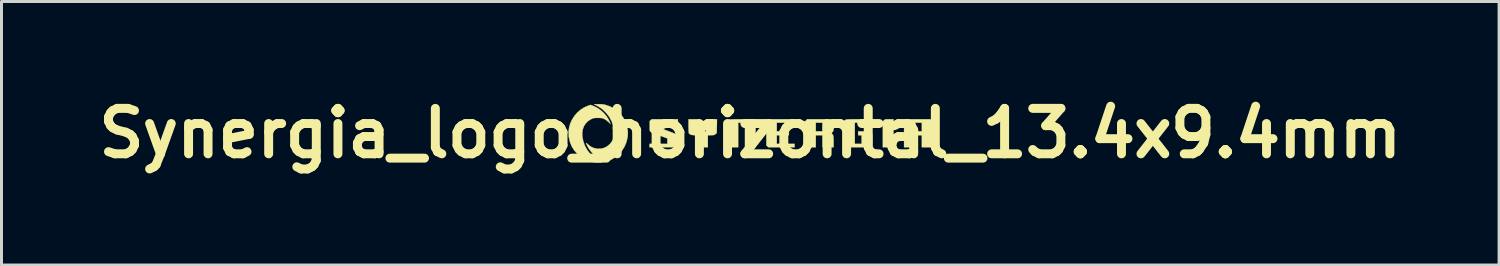
<source format=kicad_pcb>
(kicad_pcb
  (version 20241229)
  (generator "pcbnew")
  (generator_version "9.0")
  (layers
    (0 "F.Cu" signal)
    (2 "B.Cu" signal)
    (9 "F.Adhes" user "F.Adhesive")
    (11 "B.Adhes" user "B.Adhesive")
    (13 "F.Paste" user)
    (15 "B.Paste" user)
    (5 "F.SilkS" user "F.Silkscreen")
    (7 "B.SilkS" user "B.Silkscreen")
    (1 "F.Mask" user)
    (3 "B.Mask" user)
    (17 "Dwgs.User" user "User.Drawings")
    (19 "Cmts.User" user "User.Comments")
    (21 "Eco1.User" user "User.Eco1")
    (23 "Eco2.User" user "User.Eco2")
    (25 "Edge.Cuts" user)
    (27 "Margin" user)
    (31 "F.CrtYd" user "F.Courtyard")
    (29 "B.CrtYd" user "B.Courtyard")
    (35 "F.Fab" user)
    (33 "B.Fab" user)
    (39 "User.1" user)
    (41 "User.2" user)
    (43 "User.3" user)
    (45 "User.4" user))
  (footprint "Synergia_logo_horizontal_13.4x9.4mm"
    (layer "F.Cu")
    (at 22.105 1.418)
    (property "Reference" "Synergia_logo_horizontal_13.4x9.4mm" (at 0 0 0) (layer "F.SilkS") (effects (font (size 1.524 1.524) (thickness 0.3))))
    (attr through_hole)
    (fp_poly (pts (xy 4.801 0.47) (xy 4.445 0.47) (xy 4.445 -0.396) (xy 4.482 -0.433) (xy 4.499 -0.449) (xy 4.516 -0.46) (xy 4.537 -0.466) (xy 4.569 -0.469) (xy 4.616 -0.47) (xy 4.66 -0.47) (xy 4.801 -0.47) (xy 4.801 0.47)) (stroke (width 0.01) (type solid)) (fill yes) (layer "F.SilkS"))
    (fp_poly (pts (xy 1.486 -0.356) (xy 0.889 -0.356) (xy 0.889 -0.064) (xy 1.295 -0.064) (xy 1.295 0.064) (xy 0.889 0.064) (xy 0.889 0.356) (xy 1.486 0.356) (xy 1.486 0.47) (xy 0.611 0.47) (xy 0.575 0.439) (xy 0.54 0.409) (xy 0.54 -0.409) (xy 0.611 -0.47) (xy 1.486 -0.47) (xy 1.486 -0.356)) (stroke (width 0.01) (type solid)) (fill yes) (layer "F.SilkS"))
    (fp_poly (pts (xy 6.109 -0.392) (xy 6.109 0.47) (xy 5.753 0.47) (xy 5.753 0.064) (xy 5.512 0.064) (xy 5.512 0.47) (xy 5.156 0.47) (xy 5.156 -0.356) (xy 5.512 -0.356) (xy 5.512 -0.064) (xy 5.753 -0.064) (xy 5.753 -0.356) (xy 5.512 -0.356) (xy 5.156 -0.356) (xy 5.156 -0.396) (xy 5.23 -0.47) (xy 6.043 -0.47) (xy 6.109 -0.392)) (stroke (width 0.01) (type solid)) (fill yes) (layer "F.SilkS"))
    (fp_poly (pts (xy -1.714 -0.064) (xy -1.486 -0.064) (xy -1.486 -0.47) (xy -1.116 -0.47) (xy -1.12 -0.24) (xy -1.124 -0.011) (xy -1.165 0.026) (xy -1.188 0.045) (xy -1.209 0.056) (xy -1.236 0.061) (xy -1.277 0.063) (xy -1.315 0.064) (xy -1.422 0.064) (xy -1.422 0.47) (xy -1.778 0.47) (xy -1.778 0.064) (xy -1.874 0.064) (xy -1.953 0.058) (xy -2.011 0.042) (xy -2.048 0.014) (xy -2.057 0.001) (xy -2.062 -0.02) (xy -2.065 -0.063) (xy -2.068 -0.123) (xy -2.07 -0.196) (xy -2.07 -0.247) (xy -2.07 -0.47) (xy -1.714 -0.47) (xy -1.714 -0.064)) (stroke (width 0.01) (type solid)) (fill yes) (layer "F.SilkS"))
    (fp_poly (pts (xy 0.147 -0.439) (xy 0.178 -0.408) (xy 0.178 0.47) (xy -0.178 0.47) (xy -0.178 -0.356) (xy -0.406 -0.356) (xy -0.406 0.47) (xy -0.775 0.47) (xy -0.775 0.067) (xy -0.774 -0.046) (xy -0.773 -0.147) (xy -0.771 -0.234) (xy -0.768 -0.304) (xy -0.765 -0.355) (xy -0.762 -0.383) (xy -0.761 -0.384) (xy -0.755 -0.407) (xy -0.747 -0.425) (xy -0.735 -0.439) (xy -0.718 -0.45) (xy -0.691 -0.458) (xy -0.653 -0.464) (xy -0.6 -0.467) (xy -0.531 -0.469) (xy -0.443 -0.47) (xy -0.333 -0.47) (xy -0.289 -0.47) (xy 0.115 -0.47) (xy 0.147 -0.439)) (stroke (width 0.01) (type solid)) (fill yes) (layer "F.SilkS"))
    (fp_poly (pts (xy 2.752 -0.439) (xy 2.768 -0.425) (xy 2.778 -0.41) (xy 2.784 -0.388) (xy 2.788 -0.355) (xy 2.791 -0.305) (xy 2.792 -0.267) (xy 2.794 -0.191) (xy 2.792 -0.136) (xy 2.787 -0.097) (xy 2.777 -0.068) (xy 2.762 -0.045) (xy 2.746 -0.03) (xy 2.725 -0.008) (xy 2.721 0.004) (xy 2.733 0.014) (xy 2.734 0.014) (xy 2.756 0.031) (xy 2.772 0.056) (xy 2.783 0.092) (xy 2.79 0.143) (xy 2.793 0.213) (xy 2.794 0.285) (xy 2.794 0.47) (xy 2.426 0.47) (xy 2.426 0.064) (xy 2.197 0.064) (xy 2.197 0.47) (xy 1.841 0.47) (xy 1.841 -0.356) (xy 2.197 -0.356) (xy 2.197 -0.064) (xy 2.426 -0.064) (xy 2.426 -0.356) (xy 2.197 -0.356) (xy 1.841 -0.356) (xy 1.841 -0.403) (xy 1.875 -0.436) (xy 1.908 -0.47) (xy 2.716 -0.47) (xy 2.752 -0.439)) (stroke (width 0.01) (type solid)) (fill yes) (layer "F.SilkS"))
    (fp_poly (pts (xy -2.426 -0.356) (xy -3.023 -0.356) (xy -3.023 -0.267) (xy -3.021 -0.222) (xy -3.016 -0.188) (xy -3.009 -0.171) (xy -3.009 -0.171) (xy -2.994 -0.164) (xy -2.958 -0.151) (xy -2.906 -0.131) (xy -2.841 -0.107) (xy -2.767 -0.079) (xy -2.739 -0.069) (xy -2.644 -0.034) (xy -2.57 -0.004) (xy -2.516 0.019) (xy -2.479 0.038) (xy -2.457 0.054) (xy -2.454 0.057) (xy -2.442 0.074) (xy -2.434 0.092) (xy -2.429 0.118) (xy -2.427 0.157) (xy -2.426 0.213) (xy -2.426 0.241) (xy -2.426 0.306) (xy -2.428 0.35) (xy -2.431 0.38) (xy -2.438 0.402) (xy -2.449 0.419) (xy -2.459 0.431) (xy -2.491 0.47) (xy -3.378 0.47) (xy -3.378 0.356) (xy -2.781 0.356) (xy -2.781 0.17) (xy -3.044 0.076) (xy -3.123 0.047) (xy -3.196 0.018) (xy -3.258 -0.007) (xy -3.305 -0.028) (xy -3.334 -0.043) (xy -3.34 -0.047) (xy -3.353 -0.059) (xy -3.362 -0.072) (xy -3.367 -0.091) (xy -3.37 -0.121) (xy -3.372 -0.166) (xy -3.372 -0.231) (xy -3.372 -0.241) (xy -3.372 -0.409) (xy -3.301 -0.47) (xy -2.426 -0.47) (xy -2.426 -0.356)) (stroke (width 0.01) (type solid)) (fill yes) (layer "F.SilkS"))
    (fp_poly (pts (xy 4.089 -0.356) (xy 3.505 -0.356) (xy 3.505 0.356) (xy 3.734 0.356) (xy 3.734 0.064) (xy 3.619 0.064) (xy 3.619 -0.065) (xy 4.028 -0.057) (xy 4.059 -0.022) (xy 4.07 -0.007) (xy 4.079 0.009) (xy 4.084 0.029) (xy 4.087 0.06) (xy 4.089 0.104) (xy 4.089 0.167) (xy 4.089 0.211) (xy 4.089 0.286) (xy 4.088 0.339) (xy 4.086 0.376) (xy 4.082 0.401) (xy 4.076 0.418) (xy 4.066 0.43) (xy 4.058 0.439) (xy 4.027 0.47) (xy 3.623 0.47) (xy 3.508 0.47) (xy 3.416 0.469) (xy 3.344 0.468) (xy 3.289 0.466) (xy 3.249 0.464) (xy 3.222 0.461) (xy 3.203 0.456) (xy 3.192 0.451) (xy 3.191 0.45) (xy 3.169 0.425) (xy 3.152 0.389) (xy 3.15 0.384) (xy 3.146 0.356) (xy 3.143 0.307) (xy 3.14 0.241) (xy 3.139 0.163) (xy 3.137 0.077) (xy 3.137 -0.013) (xy 3.138 -0.102) (xy 3.139 -0.186) (xy 3.141 -0.261) (xy 3.144 -0.323) (xy 3.147 -0.366) (xy 3.15 -0.384) (xy 3.157 -0.406) (xy 3.164 -0.424) (xy 3.175 -0.438) (xy 3.191 -0.449) (xy 3.217 -0.457) (xy 3.253 -0.463) (xy 3.302 -0.466) (xy 3.368 -0.469) (xy 3.452 -0.47) (xy 3.557 -0.47) (xy 3.654 -0.47) (xy 4.089 -0.47) (xy 4.089 -0.356)) (stroke (width 0.01) (type solid)) (fill yes) (layer "F.SilkS"))
    (fp_poly (pts (xy -5.268 -0.918) (xy -5.144 -0.86) (xy -5.026 -0.782) (xy -4.919 -0.687) (xy -4.825 -0.58) (xy -4.751 -0.464) (xy -4.711 -0.38) (xy -4.685 -0.312) (xy -4.755 -0.379) (xy -4.802 -0.418) (xy -4.855 -0.455) (xy -4.899 -0.48) (xy -4.935 -0.496) (xy -4.967 -0.506) (xy -5.003 -0.511) (xy -5.05 -0.514) (xy -5.112 -0.514) (xy -5.175 -0.514) (xy -5.22 -0.512) (xy -5.255 -0.506) (xy -5.286 -0.496) (xy -5.322 -0.48) (xy -5.334 -0.474) (xy -5.434 -0.412) (xy -5.514 -0.333) (xy -5.575 -0.241) (xy -5.615 -0.135) (xy -5.634 -0.019) (xy -5.63 0.108) (xy -5.629 0.112) (xy -5.597 0.274) (xy -5.543 0.424) (xy -5.467 0.561) (xy -5.371 0.685) (xy -5.255 0.793) (xy -5.12 0.884) (xy -5.075 0.909) (xy -5.03 0.933) (xy -4.996 0.953) (xy -4.977 0.967) (xy -4.975 0.971) (xy -4.993 0.975) (xy -5.029 0.977) (xy -5.079 0.977) (xy -5.137 0.976) (xy -5.197 0.972) (xy -5.253 0.968) (xy -5.3 0.962) (xy -5.317 0.959) (xy -5.459 0.917) (xy -5.59 0.854) (xy -5.712 0.769) (xy -5.798 0.692) (xy -5.902 0.575) (xy -5.982 0.447) (xy -6.041 0.308) (xy -6.078 0.156) (xy -6.086 0.107) (xy -6.092 -0.04) (xy -6.075 -0.185) (xy -6.036 -0.325) (xy -5.975 -0.458) (xy -5.896 -0.582) (xy -5.8 -0.693) (xy -5.688 -0.79) (xy -5.561 -0.87) (xy -5.426 -0.928) (xy -5.358 -0.952) (xy -5.268 -0.918)) (stroke (width 0.01) (type solid)) (fill yes) (layer "F.SilkS"))
    (fp_poly (pts (xy -4.951 -0.971) (xy -4.888 -0.96) (xy -4.859 -0.953) (xy -4.71 -0.903) (xy -4.572 -0.833) (xy -4.449 -0.743) (xy -4.342 -0.636) (xy -4.252 -0.514) (xy -4.182 -0.378) (xy -4.134 -0.231) (xy -4.126 -0.197) (xy -4.109 -0.098) (xy -4.103 -0.009) (xy -4.108 0.082) (xy -4.121 0.168) (xy -4.159 0.316) (xy -4.22 0.455) (xy -4.301 0.583) (xy -4.4 0.698) (xy -4.516 0.796) (xy -4.645 0.875) (xy -4.766 0.926) (xy -4.81 0.939) (xy -4.843 0.942) (xy -4.877 0.936) (xy -4.884 0.934) (xy -4.942 0.912) (xy -5.01 0.88) (xy -5.08 0.842) (xy -5.143 0.803) (xy -5.159 0.792) (xy -5.23 0.732) (xy -5.303 0.657) (xy -5.37 0.575) (xy -5.426 0.494) (xy -5.444 0.462) (xy -5.477 0.398) (xy -5.497 0.355) (xy -5.505 0.331) (xy -5.5 0.325) (xy -5.482 0.337) (xy -5.452 0.364) (xy -5.446 0.37) (xy -5.356 0.442) (xy -5.259 0.49) (xy -5.153 0.515) (xy -5.11 0.519) (xy -5.008 0.516) (xy -4.92 0.497) (xy -4.835 0.459) (xy -4.79 0.431) (xy -4.705 0.36) (xy -4.636 0.27) (xy -4.593 0.187) (xy -4.576 0.123) (xy -4.567 0.042) (xy -4.566 -0.049) (xy -4.573 -0.141) (xy -4.588 -0.229) (xy -4.596 -0.259) (xy -4.649 -0.405) (xy -4.723 -0.542) (xy -4.815 -0.664) (xy -4.835 -0.686) (xy -4.907 -0.759) (xy -4.973 -0.817) (xy -5.042 -0.865) (xy -5.119 -0.91) (xy -5.144 -0.923) (xy -5.239 -0.972) (xy -5.1 -0.975) (xy -5.019 -0.975) (xy -4.951 -0.971)) (stroke (width 0.01) (type solid)) (fill yes) (layer "F.SilkS")))
  (gr_rect
    (start -3 -3)
    (end 47.211 5.836)
    (stroke (width 0.1) (type default))
    (fill no)
    (layer "Edge.Cuts")))
</source>
